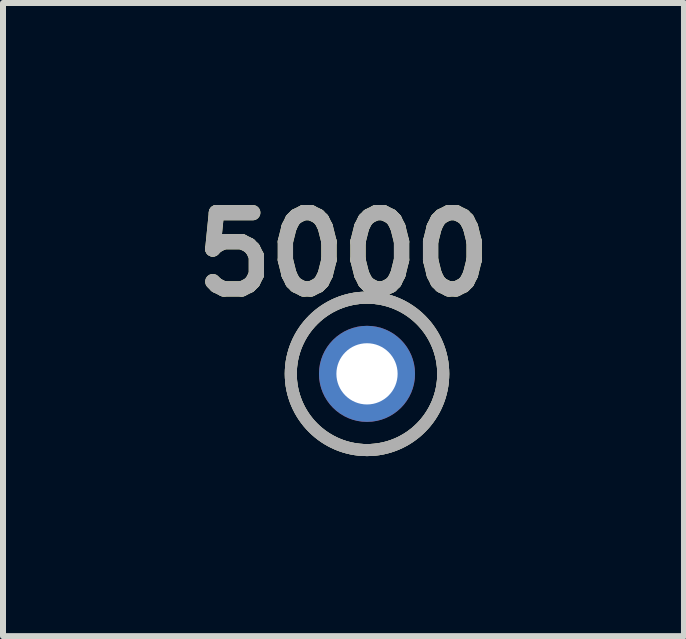
<source format=kicad_pcb>
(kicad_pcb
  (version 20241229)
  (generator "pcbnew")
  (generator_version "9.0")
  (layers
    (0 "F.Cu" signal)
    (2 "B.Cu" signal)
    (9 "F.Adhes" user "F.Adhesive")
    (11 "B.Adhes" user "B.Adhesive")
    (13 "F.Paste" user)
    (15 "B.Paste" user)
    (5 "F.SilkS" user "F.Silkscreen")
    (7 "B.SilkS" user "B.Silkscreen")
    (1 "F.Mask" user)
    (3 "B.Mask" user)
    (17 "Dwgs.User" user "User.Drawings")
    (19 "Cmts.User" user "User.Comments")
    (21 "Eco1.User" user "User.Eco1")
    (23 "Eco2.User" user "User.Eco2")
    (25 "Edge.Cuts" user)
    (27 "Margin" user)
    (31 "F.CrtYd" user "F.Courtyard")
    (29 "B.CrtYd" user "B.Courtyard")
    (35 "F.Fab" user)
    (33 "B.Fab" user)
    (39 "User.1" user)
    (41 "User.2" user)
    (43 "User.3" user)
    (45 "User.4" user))
  (footprint "5000"
    (layer "F.Cu")
    (at 3.065 3.179)
    (property "Reference" "5000" (at -0.392 -1.99 0) (layer "F.SilkS") (effects (font (size 1.27 1.27) (thickness 0.254))))
    (attr through_hole)
    (fp_circle (center 0 0) (end 0 1.27) (stroke (width 0.2) (type solid)) (fill no) (layer "F.SilkS"))
    (fp_circle (center 0 0) (end 0 1.27) (stroke (width 0.2) (type solid)) (fill no) (layer "F.Fab"))
    (fp_circle (center 0 0) (end 0 1.27) (stroke (width 0.2) (type solid)) (fill no) (layer "F.Fab"))
    (fp_text user "${REFERENCE}" (at -0.392 -1.99 0) (layer "F.Fab") (effects (font (size 1.27 1.27) (thickness 0.254))))
    (pad "1" thru_hole circle (at 0 0) (size 1.6 1.6) (drill 1.02) (layers "*.Cu" "*.Mask")))
  (gr_rect
    (start -3 -3)
    (end 8.346 7.549)
    (stroke (width 0.1) (type default))
    (fill no)
    (layer "Edge.Cuts")))
</source>
